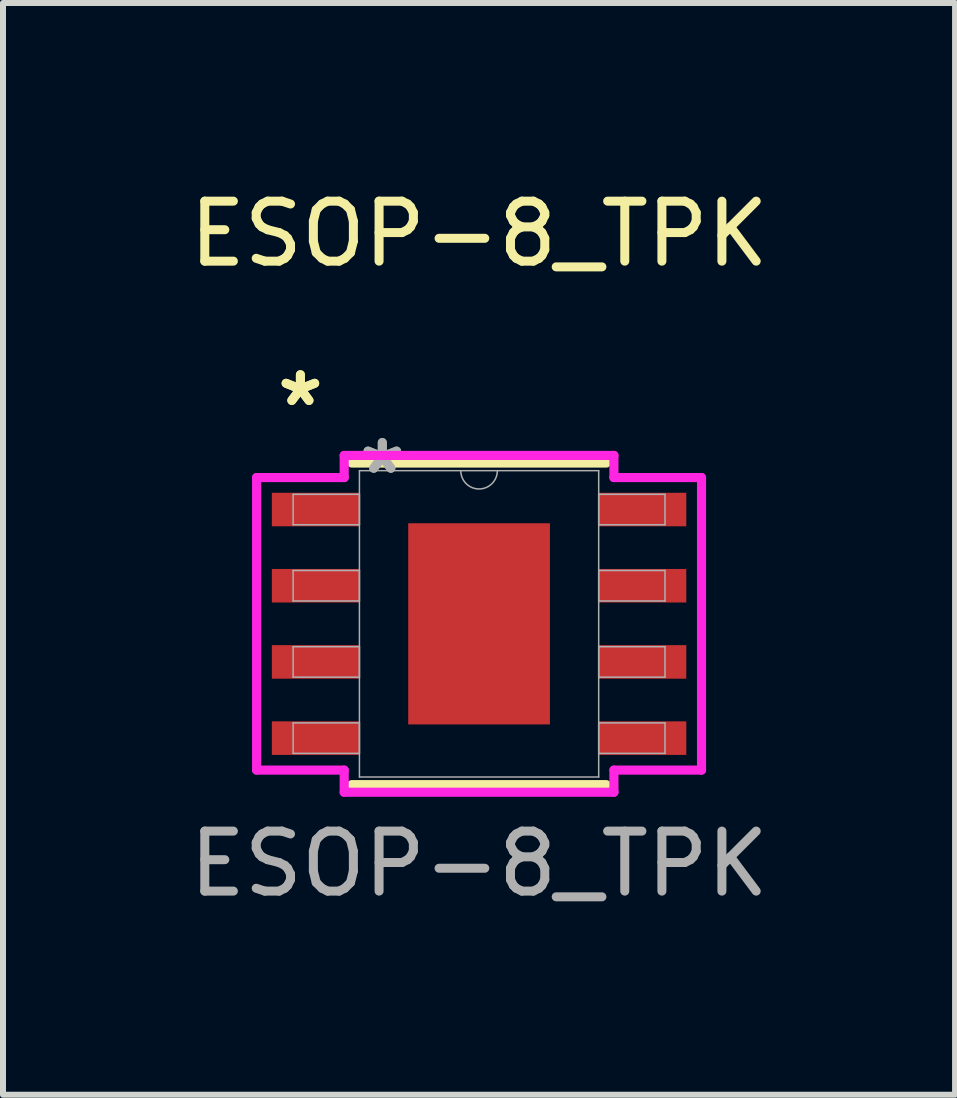
<source format=kicad_pcb>
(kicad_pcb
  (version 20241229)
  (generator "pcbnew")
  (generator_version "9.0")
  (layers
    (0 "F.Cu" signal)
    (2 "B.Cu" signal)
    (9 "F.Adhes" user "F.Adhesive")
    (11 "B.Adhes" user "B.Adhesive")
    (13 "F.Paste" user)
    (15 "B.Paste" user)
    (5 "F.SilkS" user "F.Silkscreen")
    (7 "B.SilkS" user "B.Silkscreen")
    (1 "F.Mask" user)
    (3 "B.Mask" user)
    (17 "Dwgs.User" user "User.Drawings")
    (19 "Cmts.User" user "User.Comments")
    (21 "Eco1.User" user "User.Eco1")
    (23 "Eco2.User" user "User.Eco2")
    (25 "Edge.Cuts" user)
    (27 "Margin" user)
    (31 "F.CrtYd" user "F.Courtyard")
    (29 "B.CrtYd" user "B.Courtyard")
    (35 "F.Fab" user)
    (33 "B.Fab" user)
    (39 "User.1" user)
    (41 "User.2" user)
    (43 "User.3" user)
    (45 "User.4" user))
  (footprint "ESOP-8_TPK"
    (layer "F.Cu")
    (at 4.935 7.348)
    (property "Reference" "ESOP-8_TPK" (at 0 -6.5 0) (unlocked yes) (layer "F.SilkS") (effects (font (size 1 1) (thickness 0.15))))
    (attr smd)
    (fp_line (start -2.121 2.68) (end 2.121 2.68) (stroke (width 0.152) (type solid)) (layer "F.SilkS"))
    (fp_line (start 2.121 -2.68) (end -2.121 -2.68) (stroke (width 0.152) (type solid)) (layer "F.SilkS"))
    (fp_poly (pts (xy -1.081 -1.576) (xy -1.081 -0.1) (xy 1.081 -0.1) (xy 1.081 -1.576)) (stroke (width 0) (type solid)) (fill yes) (layer "F.Paste"))
    (fp_poly (pts (xy -1.081 0.1) (xy -1.081 1.576) (xy 1.081 1.576) (xy 1.081 0.1)) (stroke (width 0) (type solid)) (fill yes) (layer "F.Paste"))
    (fp_line (start -3.708 -2.438) (end -2.248 -2.438) (stroke (width 0.152) (type solid)) (layer "F.CrtYd"))
    (fp_line (start -3.708 2.438) (end -3.708 -2.438) (stroke (width 0.152) (type solid)) (layer "F.CrtYd"))
    (fp_line (start -3.708 2.438) (end -2.248 2.438) (stroke (width 0.152) (type solid)) (layer "F.CrtYd"))
    (fp_line (start -2.248 -2.807) (end 2.248 -2.807) (stroke (width 0.152) (type solid)) (layer "F.CrtYd"))
    (fp_line (start -2.248 -2.438) (end -2.248 -2.807) (stroke (width 0.152) (type solid)) (layer "F.CrtYd"))
    (fp_line (start -2.248 2.807) (end -2.248 2.438) (stroke (width 0.152) (type solid)) (layer "F.CrtYd"))
    (fp_line (start 2.248 -2.807) (end 2.248 -2.438) (stroke (width 0.152) (type solid)) (layer "F.CrtYd"))
    (fp_line (start 2.248 2.438) (end 2.248 2.807) (stroke (width 0.152) (type solid)) (layer "F.CrtYd"))
    (fp_line (start 2.248 2.807) (end -2.248 2.807) (stroke (width 0.152) (type solid)) (layer "F.CrtYd"))
    (fp_line (start 3.708 -2.438) (end 2.248 -2.438) (stroke (width 0.152) (type solid)) (layer "F.CrtYd"))
    (fp_line (start 3.708 -2.438) (end 3.708 2.438) (stroke (width 0.152) (type solid)) (layer "F.CrtYd"))
    (fp_line (start 3.708 2.438) (end 2.248 2.438) (stroke (width 0.152) (type solid)) (layer "F.CrtYd"))
    (fp_line (start -3.099 -2.159) (end -3.099 -1.651) (stroke (width 0.025) (type solid)) (layer "F.Fab"))
    (fp_line (start -3.099 -1.651) (end -1.994 -1.651) (stroke (width 0.025) (type solid)) (layer "F.Fab"))
    (fp_line (start -3.099 -0.889) (end -3.099 -0.381) (stroke (width 0.025) (type solid)) (layer "F.Fab"))
    (fp_line (start -3.099 -0.381) (end -1.994 -0.381) (stroke (width 0.025) (type solid)) (layer "F.Fab"))
    (fp_line (start -3.099 0.381) (end -3.099 0.889) (stroke (width 0.025) (type solid)) (layer "F.Fab"))
    (fp_line (start -3.099 0.889) (end -1.994 0.889) (stroke (width 0.025) (type solid)) (layer "F.Fab"))
    (fp_line (start -3.099 1.651) (end -3.099 2.159) (stroke (width 0.025) (type solid)) (layer "F.Fab"))
    (fp_line (start -3.099 2.159) (end -1.994 2.159) (stroke (width 0.025) (type solid)) (layer "F.Fab"))
    (fp_line (start -1.994 -2.553) (end -1.994 2.553) (stroke (width 0.025) (type solid)) (layer "F.Fab"))
    (fp_line (start -1.994 -2.159) (end -3.099 -2.159) (stroke (width 0.025) (type solid)) (layer "F.Fab"))
    (fp_line (start -1.994 -1.651) (end -1.994 -2.159) (stroke (width 0.025) (type solid)) (layer "F.Fab"))
    (fp_line (start -1.994 -0.889) (end -3.099 -0.889) (stroke (width 0.025) (type solid)) (layer "F.Fab"))
    (fp_line (start -1.994 -0.381) (end -1.994 -0.889) (stroke (width 0.025) (type solid)) (layer "F.Fab"))
    (fp_line (start -1.994 0.381) (end -3.099 0.381) (stroke (width 0.025) (type solid)) (layer "F.Fab"))
    (fp_line (start -1.994 0.889) (end -1.994 0.381) (stroke (width 0.025) (type solid)) (layer "F.Fab"))
    (fp_line (start -1.994 1.651) (end -3.099 1.651) (stroke (width 0.025) (type solid)) (layer "F.Fab"))
    (fp_line (start -1.994 2.159) (end -1.994 1.651) (stroke (width 0.025) (type solid)) (layer "F.Fab"))
    (fp_line (start -1.994 2.553) (end 1.994 2.553) (stroke (width 0.025) (type solid)) (layer "F.Fab"))
    (fp_line (start 1.994 -2.553) (end -1.994 -2.553) (stroke (width 0.025) (type solid)) (layer "F.Fab"))
    (fp_line (start 1.994 -2.159) (end 1.994 -1.651) (stroke (width 0.025) (type solid)) (layer "F.Fab"))
    (fp_line (start 1.994 -1.651) (end 3.099 -1.651) (stroke (width 0.025) (type solid)) (layer "F.Fab"))
    (fp_line (start 1.994 -0.889) (end 1.994 -0.381) (stroke (width 0.025) (type solid)) (layer "F.Fab"))
    (fp_line (start 1.994 -0.381) (end 3.099 -0.381) (stroke (width 0.025) (type solid)) (layer "F.Fab"))
    (fp_line (start 1.994 0.381) (end 1.994 0.889) (stroke (width 0.025) (type solid)) (layer "F.Fab"))
    (fp_line (start 1.994 0.889) (end 3.099 0.889) (stroke (width 0.025) (type solid)) (layer "F.Fab"))
    (fp_line (start 1.994 1.651) (end 1.994 2.159) (stroke (width 0.025) (type solid)) (layer "F.Fab"))
    (fp_line (start 1.994 2.159) (end 3.099 2.159) (stroke (width 0.025) (type solid)) (layer "F.Fab"))
    (fp_line (start 1.994 2.553) (end 1.994 -2.553) (stroke (width 0.025) (type solid)) (layer "F.Fab"))
    (fp_line (start 3.099 -2.159) (end 1.994 -2.159) (stroke (width 0.025) (type solid)) (layer "F.Fab"))
    (fp_line (start 3.099 -1.651) (end 3.099 -2.159) (stroke (width 0.025) (type solid)) (layer "F.Fab"))
    (fp_line (start 3.099 -0.889) (end 1.994 -0.889) (stroke (width 0.025) (type solid)) (layer "F.Fab"))
    (fp_line (start 3.099 -0.381) (end 3.099 -0.889) (stroke (width 0.025) (type solid)) (layer "F.Fab"))
    (fp_line (start 3.099 0.381) (end 1.994 0.381) (stroke (width 0.025) (type solid)) (layer "F.Fab"))
    (fp_line (start 3.099 0.889) (end 3.099 0.381) (stroke (width 0.025) (type solid)) (layer "F.Fab"))
    (fp_line (start 3.099 1.651) (end 1.994 1.651) (stroke (width 0.025) (type solid)) (layer "F.Fab"))
    (fp_line (start 3.099 2.159) (end 3.099 1.651) (stroke (width 0.025) (type solid)) (layer "F.Fab"))
    (fp_arc (start 0.3048 -2.5527) (mid 0 -2.2479) (end -0.3048 -2.5527) (stroke (width 0.0254) (type solid)) (layer "F.Fab"))
    (fp_text user "*" (at -2.978 -3.607 0) (layer "F.SilkS") (effects (font (size 1 1) (thickness 0.15))))
    (fp_text user "*" (at -2.978 -3.607 0) (unlocked yes) (layer "F.SilkS") (effects (font (size 1 1) (thickness 0.15))))
    (fp_text user "${REFERENCE}" (at 0 4 0) (unlocked yes) (layer "F.Fab") (effects (font (size 1 1) (thickness 0.15))))
    (fp_text user "*" (at -1.613 -2.477 0) (layer "F.Fab") (effects (font (size 1 1) (thickness 0.15))))
    (fp_text user "*" (at -1.613 -2.477 0) (unlocked yes) (layer "F.Fab") (effects (font (size 1 1) (thickness 0.15))))
    (pad "1" smd rect (at -2.724 -1.905) (size 1.46 0.559) (layers "F.Cu" "F.Mask" "F.Paste"))
    (pad "2" smd rect (at -2.724 -0.635) (size 1.46 0.559) (layers "F.Cu" "F.Mask" "F.Paste"))
    (pad "3" smd rect (at -2.724 0.635) (size 1.46 0.559) (layers "F.Cu" "F.Mask" "F.Paste"))
    (pad "4" smd rect (at -2.724 1.905) (size 1.46 0.559) (layers "F.Cu" "F.Mask" "F.Paste"))
    (pad "5" smd rect (at 2.724 1.905) (size 1.46 0.559) (layers "F.Cu" "F.Mask" "F.Paste"))
    (pad "6" smd rect (at 2.724 0.635) (size 1.46 0.559) (layers "F.Cu" "F.Mask" "F.Paste"))
    (pad "7" smd rect (at 2.724 -0.635) (size 1.46 0.559) (layers "F.Cu" "F.Mask" "F.Paste"))
    (pad "8" smd rect (at 2.724 -1.905) (size 1.46 0.559) (layers "F.Cu" "F.Mask" "F.Paste"))
    (pad "9" smd rect (at 0 0) (size 2.362 3.353) (layers "F.Cu" "F.Mask")))
  (gr_rect
    (start -3 -3)
    (end 12.869 15.197)
    (stroke (width 0.1) (type default))
    (fill no)
    (layer "Edge.Cuts")))
</source>
